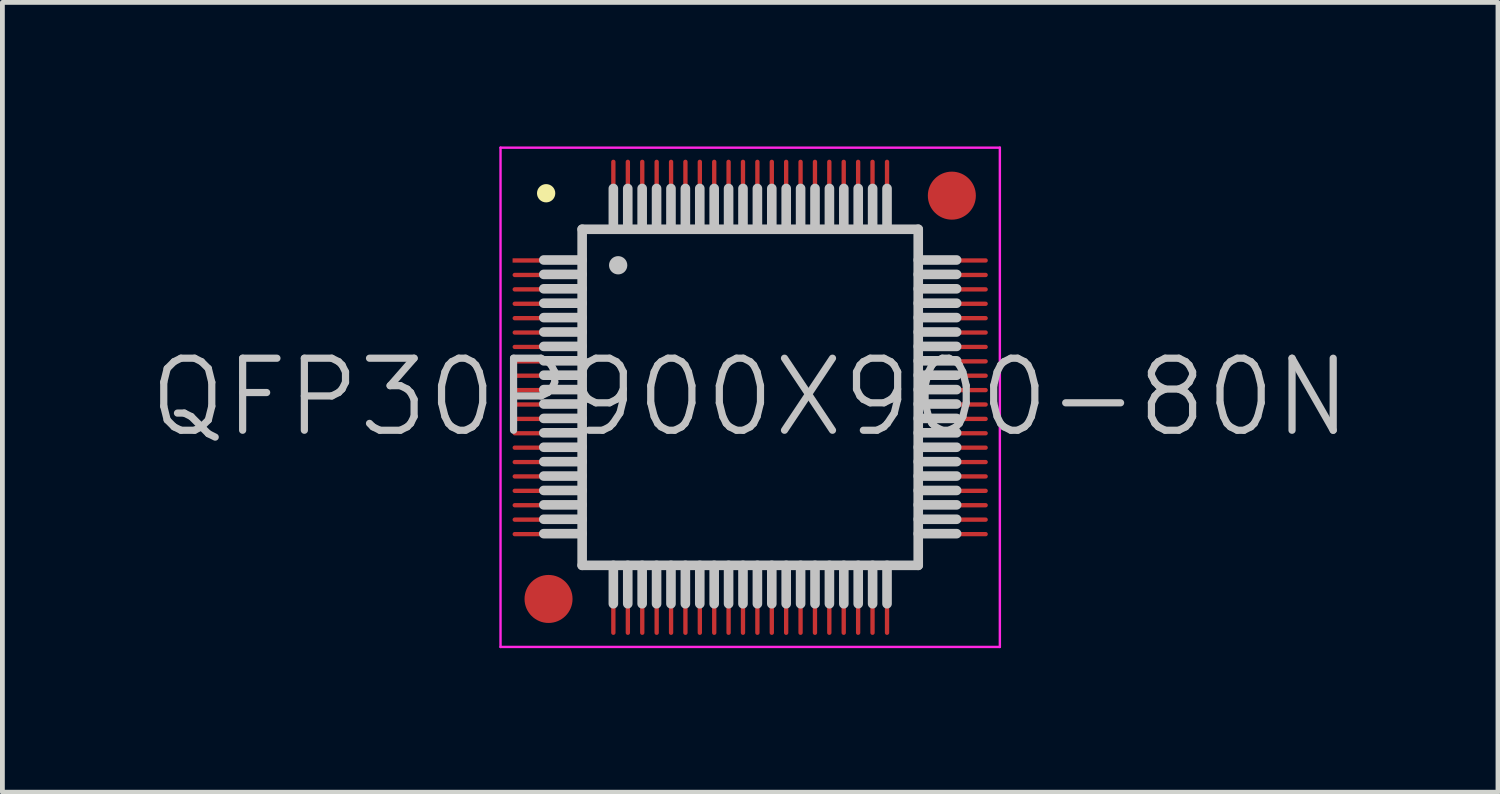
<source format=kicad_pcb>
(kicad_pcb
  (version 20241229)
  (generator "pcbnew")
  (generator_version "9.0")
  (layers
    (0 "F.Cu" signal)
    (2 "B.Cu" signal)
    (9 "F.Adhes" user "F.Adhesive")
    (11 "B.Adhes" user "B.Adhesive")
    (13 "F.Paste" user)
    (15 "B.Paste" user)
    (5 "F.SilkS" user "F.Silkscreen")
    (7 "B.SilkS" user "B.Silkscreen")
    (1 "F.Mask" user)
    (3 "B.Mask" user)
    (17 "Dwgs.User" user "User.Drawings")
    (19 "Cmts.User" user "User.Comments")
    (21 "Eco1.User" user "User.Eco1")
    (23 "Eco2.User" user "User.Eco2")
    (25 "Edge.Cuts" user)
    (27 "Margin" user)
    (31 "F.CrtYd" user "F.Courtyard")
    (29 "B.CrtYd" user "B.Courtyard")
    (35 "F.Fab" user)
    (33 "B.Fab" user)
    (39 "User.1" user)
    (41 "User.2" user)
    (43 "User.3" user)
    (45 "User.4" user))
  (footprint "QFP30P900X900-80N"
    (layer "F.Cu")
    (at 12.575 5.225)
    (property "Reference" "QFP30P900X900-80N" (at 0 0 0) (layer "Dwgs.User") (effects (font (size 1.5 1.5) (thickness 0.15))))
    (attr smd)
    (fp_line (start -4.25 -4.25) (end -4.25 -4.25) (stroke (width 0.381) (type solid)) (layer "F.SilkS"))
    (fp_line (start -3.5 -3.5) (end -3.5 3.5) (stroke (width 0.2) (type solid)) (layer "Dwgs.User"))
    (fp_line (start -3.5 -3.5) (end 3.5 -3.5) (stroke (width 0.2) (type solid)) (layer "Dwgs.User"))
    (fp_line (start -3.5 -2.86) (end -4.3 -2.86) (stroke (width 0.2) (type solid)) (layer "Dwgs.User"))
    (fp_line (start -3.5 -2.56) (end -4.3 -2.56) (stroke (width 0.2) (type solid)) (layer "Dwgs.User"))
    (fp_line (start -3.5 -2.26) (end -4.3 -2.26) (stroke (width 0.2) (type solid)) (layer "Dwgs.User"))
    (fp_line (start -3.5 -1.96) (end -4.3 -1.96) (stroke (width 0.2) (type solid)) (layer "Dwgs.User"))
    (fp_line (start -3.5 -1.66) (end -4.3 -1.66) (stroke (width 0.2) (type solid)) (layer "Dwgs.User"))
    (fp_line (start -3.5 -1.36) (end -4.3 -1.36) (stroke (width 0.2) (type solid)) (layer "Dwgs.User"))
    (fp_line (start -3.5 -1.06) (end -4.3 -1.06) (stroke (width 0.2) (type solid)) (layer "Dwgs.User"))
    (fp_line (start -3.5 -0.76) (end -4.3 -0.76) (stroke (width 0.2) (type solid)) (layer "Dwgs.User"))
    (fp_line (start -3.5 -0.46) (end -4.3 -0.46) (stroke (width 0.2) (type solid)) (layer "Dwgs.User"))
    (fp_line (start -3.5 -0.16) (end -4.3 -0.16) (stroke (width 0.2) (type solid)) (layer "Dwgs.User"))
    (fp_line (start -3.5 0.14) (end -4.3 0.14) (stroke (width 0.2) (type solid)) (layer "Dwgs.User"))
    (fp_line (start -3.5 0.44) (end -4.3 0.44) (stroke (width 0.2) (type solid)) (layer "Dwgs.User"))
    (fp_line (start -3.5 0.74) (end -4.3 0.74) (stroke (width 0.2) (type solid)) (layer "Dwgs.User"))
    (fp_line (start -3.5 1.04) (end -4.3 1.04) (stroke (width 0.2) (type solid)) (layer "Dwgs.User"))
    (fp_line (start -3.5 1.34) (end -4.3 1.34) (stroke (width 0.2) (type solid)) (layer "Dwgs.User"))
    (fp_line (start -3.5 1.64) (end -4.3 1.64) (stroke (width 0.2) (type solid)) (layer "Dwgs.User"))
    (fp_line (start -3.5 1.94) (end -4.3 1.94) (stroke (width 0.2) (type solid)) (layer "Dwgs.User"))
    (fp_line (start -3.5 2.24) (end -4.3 2.24) (stroke (width 0.2) (type solid)) (layer "Dwgs.User"))
    (fp_line (start -3.5 2.54) (end -4.3 2.54) (stroke (width 0.2) (type solid)) (layer "Dwgs.User"))
    (fp_line (start -3.5 2.84) (end -4.3 2.84) (stroke (width 0.2) (type solid)) (layer "Dwgs.User"))
    (fp_line (start -3.5 3.5) (end 3.5 3.5) (stroke (width 0.2) (type solid)) (layer "Dwgs.User"))
    (fp_line (start -2.85 -3.55) (end -2.85 -4.35) (stroke (width 0.2) (type solid)) (layer "Dwgs.User"))
    (fp_line (start -2.85 4.3) (end -2.85 3.5) (stroke (width 0.2) (type solid)) (layer "Dwgs.User"))
    (fp_line (start -2.75 -2.75) (end -2.75 -2.75) (stroke (width 0.381) (type solid)) (layer "Dwgs.User"))
    (fp_line (start -2.55 -3.55) (end -2.55 -4.35) (stroke (width 0.2) (type solid)) (layer "Dwgs.User"))
    (fp_line (start -2.55 4.3) (end -2.55 3.5) (stroke (width 0.2) (type solid)) (layer "Dwgs.User"))
    (fp_line (start -2.25 -3.55) (end -2.25 -4.35) (stroke (width 0.2) (type solid)) (layer "Dwgs.User"))
    (fp_line (start -2.25 4.3) (end -2.25 3.5) (stroke (width 0.2) (type solid)) (layer "Dwgs.User"))
    (fp_line (start -1.95 -3.55) (end -1.95 -4.35) (stroke (width 0.2) (type solid)) (layer "Dwgs.User"))
    (fp_line (start -1.95 4.3) (end -1.95 3.5) (stroke (width 0.2) (type solid)) (layer "Dwgs.User"))
    (fp_line (start -1.65 -3.55) (end -1.65 -4.35) (stroke (width 0.2) (type solid)) (layer "Dwgs.User"))
    (fp_line (start -1.65 4.3) (end -1.65 3.5) (stroke (width 0.2) (type solid)) (layer "Dwgs.User"))
    (fp_line (start -1.35 -3.55) (end -1.35 -4.35) (stroke (width 0.2) (type solid)) (layer "Dwgs.User"))
    (fp_line (start -1.35 4.3) (end -1.35 3.5) (stroke (width 0.2) (type solid)) (layer "Dwgs.User"))
    (fp_line (start -1.05 -3.55) (end -1.05 -4.35) (stroke (width 0.2) (type solid)) (layer "Dwgs.User"))
    (fp_line (start -1.05 4.3) (end -1.05 3.5) (stroke (width 0.2) (type solid)) (layer "Dwgs.User"))
    (fp_line (start -0.75 -3.55) (end -0.75 -4.35) (stroke (width 0.2) (type solid)) (layer "Dwgs.User"))
    (fp_line (start -0.75 4.3) (end -0.75 3.5) (stroke (width 0.2) (type solid)) (layer "Dwgs.User"))
    (fp_line (start -0.45 -3.55) (end -0.45 -4.35) (stroke (width 0.2) (type solid)) (layer "Dwgs.User"))
    (fp_line (start -0.45 4.3) (end -0.45 3.5) (stroke (width 0.2) (type solid)) (layer "Dwgs.User"))
    (fp_line (start -0.15 -3.55) (end -0.15 -4.35) (stroke (width 0.2) (type solid)) (layer "Dwgs.User"))
    (fp_line (start -0.15 4.3) (end -0.15 3.5) (stroke (width 0.2) (type solid)) (layer "Dwgs.User"))
    (fp_line (start 0.15 -3.55) (end 0.15 -4.35) (stroke (width 0.2) (type solid)) (layer "Dwgs.User"))
    (fp_line (start 0.15 4.3) (end 0.15 3.5) (stroke (width 0.2) (type solid)) (layer "Dwgs.User"))
    (fp_line (start 0.45 -3.55) (end 0.45 -4.35) (stroke (width 0.2) (type solid)) (layer "Dwgs.User"))
    (fp_line (start 0.45 4.3) (end 0.45 3.5) (stroke (width 0.2) (type solid)) (layer "Dwgs.User"))
    (fp_line (start 0.75 -3.55) (end 0.75 -4.35) (stroke (width 0.2) (type solid)) (layer "Dwgs.User"))
    (fp_line (start 0.75 4.3) (end 0.75 3.5) (stroke (width 0.2) (type solid)) (layer "Dwgs.User"))
    (fp_line (start 1.05 -3.55) (end 1.05 -4.35) (stroke (width 0.2) (type solid)) (layer "Dwgs.User"))
    (fp_line (start 1.05 4.3) (end 1.05 3.5) (stroke (width 0.2) (type solid)) (layer "Dwgs.User"))
    (fp_line (start 1.35 -3.55) (end 1.35 -4.35) (stroke (width 0.2) (type solid)) (layer "Dwgs.User"))
    (fp_line (start 1.35 4.3) (end 1.35 3.5) (stroke (width 0.2) (type solid)) (layer "Dwgs.User"))
    (fp_line (start 1.65 -3.55) (end 1.65 -4.35) (stroke (width 0.2) (type solid)) (layer "Dwgs.User"))
    (fp_line (start 1.65 4.3) (end 1.65 3.5) (stroke (width 0.2) (type solid)) (layer "Dwgs.User"))
    (fp_line (start 1.95 -3.55) (end 1.95 -4.35) (stroke (width 0.2) (type solid)) (layer "Dwgs.User"))
    (fp_line (start 1.95 4.3) (end 1.95 3.5) (stroke (width 0.2) (type solid)) (layer "Dwgs.User"))
    (fp_line (start 2.25 -3.55) (end 2.25 -4.35) (stroke (width 0.2) (type solid)) (layer "Dwgs.User"))
    (fp_line (start 2.25 4.3) (end 2.25 3.5) (stroke (width 0.2) (type solid)) (layer "Dwgs.User"))
    (fp_line (start 2.55 -3.55) (end 2.55 -4.35) (stroke (width 0.2) (type solid)) (layer "Dwgs.User"))
    (fp_line (start 2.55 4.3) (end 2.55 3.5) (stroke (width 0.2) (type solid)) (layer "Dwgs.User"))
    (fp_line (start 2.85 -3.55) (end 2.85 -4.35) (stroke (width 0.2) (type solid)) (layer "Dwgs.User"))
    (fp_line (start 2.85 4.3) (end 2.85 3.5) (stroke (width 0.2) (type solid)) (layer "Dwgs.User"))
    (fp_line (start 3.5 -3.5) (end 3.5 3.5) (stroke (width 0.2) (type solid)) (layer "Dwgs.User"))
    (fp_line (start 4.3 -2.86) (end 3.5 -2.86) (stroke (width 0.2) (type solid)) (layer "Dwgs.User"))
    (fp_line (start 4.3 -2.56) (end 3.5 -2.56) (stroke (width 0.2) (type solid)) (layer "Dwgs.User"))
    (fp_line (start 4.3 -2.26) (end 3.5 -2.26) (stroke (width 0.2) (type solid)) (layer "Dwgs.User"))
    (fp_line (start 4.3 -1.96) (end 3.5 -1.96) (stroke (width 0.2) (type solid)) (layer "Dwgs.User"))
    (fp_line (start 4.3 -1.66) (end 3.5 -1.66) (stroke (width 0.2) (type solid)) (layer "Dwgs.User"))
    (fp_line (start 4.3 -1.36) (end 3.5 -1.36) (stroke (width 0.2) (type solid)) (layer "Dwgs.User"))
    (fp_line (start 4.3 -1.06) (end 3.5 -1.06) (stroke (width 0.2) (type solid)) (layer "Dwgs.User"))
    (fp_line (start 4.3 -0.76) (end 3.5 -0.76) (stroke (width 0.2) (type solid)) (layer "Dwgs.User"))
    (fp_line (start 4.3 -0.46) (end 3.5 -0.46) (stroke (width 0.2) (type solid)) (layer "Dwgs.User"))
    (fp_line (start 4.3 -0.16) (end 3.5 -0.16) (stroke (width 0.2) (type solid)) (layer "Dwgs.User"))
    (fp_line (start 4.3 0.14) (end 3.5 0.14) (stroke (width 0.2) (type solid)) (layer "Dwgs.User"))
    (fp_line (start 4.3 0.44) (end 3.5 0.44) (stroke (width 0.2) (type solid)) (layer "Dwgs.User"))
    (fp_line (start 4.3 0.74) (end 3.5 0.74) (stroke (width 0.2) (type solid)) (layer "Dwgs.User"))
    (fp_line (start 4.3 1.04) (end 3.5 1.04) (stroke (width 0.2) (type solid)) (layer "Dwgs.User"))
    (fp_line (start 4.3 1.34) (end 3.5 1.34) (stroke (width 0.2) (type solid)) (layer "Dwgs.User"))
    (fp_line (start 4.3 1.64) (end 3.5 1.64) (stroke (width 0.2) (type solid)) (layer "Dwgs.User"))
    (fp_line (start 4.3 1.94) (end 3.5 1.94) (stroke (width 0.2) (type solid)) (layer "Dwgs.User"))
    (fp_line (start 4.3 2.24) (end 3.5 2.24) (stroke (width 0.2) (type solid)) (layer "Dwgs.User"))
    (fp_line (start 4.3 2.54) (end 3.5 2.54) (stroke (width 0.2) (type solid)) (layer "Dwgs.User"))
    (fp_line (start 4.3 2.84) (end 3.5 2.84) (stroke (width 0.2) (type solid)) (layer "Dwgs.User"))
    (fp_line (start -5.2 -5.2) (end -5.2 5.2) (stroke (width 0.05) (type solid)) (layer "F.CrtYd"))
    (fp_line (start -5.2 -5.2) (end 5.2 -5.2) (stroke (width 0.05) (type solid)) (layer "F.CrtYd"))
    (fp_line (start -5.2 5.2) (end 5.2 5.2) (stroke (width 0.05) (type solid)) (layer "F.CrtYd"))
    (fp_line (start 5.2 -5.2) (end 5.2 5.2) (stroke (width 0.05) (type solid)) (layer "F.CrtYd"))
    (pad "" smd circle (at -4.2 4.2) (size 1 1) (layers "F.Cu" "F.Mask"))
    (pad "" smd circle (at 4.2 -4.2) (size 1 1) (layers "F.Cu" "F.Mask"))
    (pad "1" smd rect (at -4.199 -2.85 90) (size 0.09 1.5) (layers "F.Cu" "F.Mask" "F.Paste"))
    (pad "2" smd oval (at -4.199 -2.548 90) (size 0.09 1.5) (layers "F.Cu" "F.Mask" "F.Paste"))
    (pad "3" smd oval (at -4.199 -2.248 90) (size 0.09 1.5) (layers "F.Cu" "F.Mask" "F.Paste"))
    (pad "4" smd oval (at -4.199 -1.948 90) (size 0.09 1.5) (layers "F.Cu" "F.Mask" "F.Paste"))
    (pad "5" smd oval (at -4.199 -1.648 90) (size 0.09 1.5) (layers "F.Cu" "F.Mask" "F.Paste"))
    (pad "6" smd oval (at -4.199 -1.349 90) (size 0.09 1.5) (layers "F.Cu" "F.Mask" "F.Paste"))
    (pad "7" smd oval (at -4.199 -1.049 90) (size 0.09 1.5) (layers "F.Cu" "F.Mask" "F.Paste"))
    (pad "8" smd oval (at -4.199 -0.749 90) (size 0.09 1.5) (layers "F.Cu" "F.Mask" "F.Paste"))
    (pad "9" smd oval (at -4.199 -0.45 90) (size 0.09 1.5) (layers "F.Cu" "F.Mask" "F.Paste"))
    (pad "10" smd oval (at -4.199 -0.15 90) (size 0.09 1.5) (layers "F.Cu" "F.Mask" "F.Paste"))
    (pad "11" smd oval (at -4.199 0.15 90) (size 0.09 1.5) (layers "F.Cu" "F.Mask" "F.Paste"))
    (pad "12" smd oval (at -4.199 0.45 90) (size 0.09 1.5) (layers "F.Cu" "F.Mask" "F.Paste"))
    (pad "13" smd oval (at -4.199 0.749 90) (size 0.09 1.5) (layers "F.Cu" "F.Mask" "F.Paste"))
    (pad "14" smd oval (at -4.199 1.049 90) (size 0.09 1.5) (layers "F.Cu" "F.Mask" "F.Paste"))
    (pad "15" smd oval (at -4.199 1.349 90) (size 0.09 1.5) (layers "F.Cu" "F.Mask" "F.Paste"))
    (pad "16" smd oval (at -4.199 1.648 90) (size 0.09 1.5) (layers "F.Cu" "F.Mask" "F.Paste"))
    (pad "17" smd oval (at -4.199 1.948 90) (size 0.09 1.5) (layers "F.Cu" "F.Mask" "F.Paste"))
    (pad "18" smd oval (at -4.199 2.248 90) (size 0.09 1.5) (layers "F.Cu" "F.Mask" "F.Paste"))
    (pad "19" smd oval (at -4.199 2.548 90) (size 0.09 1.5) (layers "F.Cu" "F.Mask" "F.Paste"))
    (pad "20" smd oval (at -4.199 2.85 90) (size 0.09 1.5) (layers "F.Cu" "F.Mask" "F.Paste"))
    (pad "21" smd oval (at -2.85 4.199 180) (size 0.09 1.5) (layers "F.Cu" "F.Mask" "F.Paste"))
    (pad "22" smd oval (at -2.548 4.199 180) (size 0.09 1.5) (layers "F.Cu" "F.Mask" "F.Paste"))
    (pad "23" smd oval (at -2.248 4.199 180) (size 0.09 1.5) (layers "F.Cu" "F.Mask" "F.Paste"))
    (pad "24" smd oval (at -1.948 4.199 180) (size 0.09 1.5) (layers "F.Cu" "F.Mask" "F.Paste"))
    (pad "25" smd oval (at -1.648 4.199 180) (size 0.09 1.5) (layers "F.Cu" "F.Mask" "F.Paste"))
    (pad "26" smd oval (at -1.349 4.199 180) (size 0.09 1.5) (layers "F.Cu" "F.Mask" "F.Paste"))
    (pad "27" smd oval (at -1.049 4.199 180) (size 0.09 1.5) (layers "F.Cu" "F.Mask" "F.Paste"))
    (pad "28" smd oval (at -0.749 4.199 180) (size 0.09 1.5) (layers "F.Cu" "F.Mask" "F.Paste"))
    (pad "29" smd oval (at -0.45 4.199 180) (size 0.09 1.5) (layers "F.Cu" "F.Mask" "F.Paste"))
    (pad "30" smd oval (at -0.15 4.199 180) (size 0.09 1.5) (layers "F.Cu" "F.Mask" "F.Paste"))
    (pad "31" smd oval (at 0.15 4.199 180) (size 0.09 1.5) (layers "F.Cu" "F.Mask" "F.Paste"))
    (pad "32" smd oval (at 0.45 4.199 180) (size 0.09 1.5) (layers "F.Cu" "F.Mask" "F.Paste"))
    (pad "33" smd oval (at 0.749 4.199 180) (size 0.09 1.5) (layers "F.Cu" "F.Mask" "F.Paste"))
    (pad "34" smd oval (at 1.049 4.199 180) (size 0.09 1.5) (layers "F.Cu" "F.Mask" "F.Paste"))
    (pad "35" smd oval (at 1.349 4.199 180) (size 0.09 1.5) (layers "F.Cu" "F.Mask" "F.Paste"))
    (pad "36" smd oval (at 1.648 4.199 180) (size 0.09 1.5) (layers "F.Cu" "F.Mask" "F.Paste"))
    (pad "37" smd oval (at 1.948 4.199 180) (size 0.09 1.5) (layers "F.Cu" "F.Mask" "F.Paste"))
    (pad "38" smd oval (at 2.248 4.199 180) (size 0.09 1.5) (layers "F.Cu" "F.Mask" "F.Paste"))
    (pad "39" smd oval (at 2.548 4.199 180) (size 0.09 1.5) (layers "F.Cu" "F.Mask" "F.Paste"))
    (pad "40" smd oval (at 2.85 4.199 180) (size 0.09 1.5) (layers "F.Cu" "F.Mask" "F.Paste"))
    (pad "41" smd oval (at 4.199 2.85 270) (size 0.09 1.5) (layers "F.Cu" "F.Mask" "F.Paste"))
    (pad "42" smd oval (at 4.199 2.548 270) (size 0.09 1.5) (layers "F.Cu" "F.Mask" "F.Paste"))
    (pad "43" smd oval (at 4.199 2.248 270) (size 0.09 1.5) (layers "F.Cu" "F.Mask" "F.Paste"))
    (pad "44" smd oval (at 4.199 1.948 270) (size 0.09 1.5) (layers "F.Cu" "F.Mask" "F.Paste"))
    (pad "45" smd oval (at 4.199 1.648 270) (size 0.09 1.5) (layers "F.Cu" "F.Mask" "F.Paste"))
    (pad "46" smd oval (at 4.199 1.349 270) (size 0.09 1.5) (layers "F.Cu" "F.Mask" "F.Paste"))
    (pad "47" smd oval (at 4.199 1.049 270) (size 0.09 1.5) (layers "F.Cu" "F.Mask" "F.Paste"))
    (pad "48" smd oval (at 4.199 0.749 270) (size 0.09 1.5) (layers "F.Cu" "F.Mask" "F.Paste"))
    (pad "49" smd oval (at 4.199 0.45 270) (size 0.09 1.5) (layers "F.Cu" "F.Mask" "F.Paste"))
    (pad "50" smd oval (at 4.199 0.15 270) (size 0.09 1.5) (layers "F.Cu" "F.Mask" "F.Paste"))
    (pad "51" smd oval (at 4.199 -0.15 270) (size 0.09 1.5) (layers "F.Cu" "F.Mask" "F.Paste"))
    (pad "52" smd oval (at 4.199 -0.45 270) (size 0.09 1.5) (layers "F.Cu" "F.Mask" "F.Paste"))
    (pad "53" smd oval (at 4.199 -0.749 270) (size 0.09 1.5) (layers "F.Cu" "F.Mask" "F.Paste"))
    (pad "54" smd oval (at 4.199 -1.049 270) (size 0.09 1.5) (layers "F.Cu" "F.Mask" "F.Paste"))
    (pad "55" smd oval (at 4.199 -1.349 270) (size 0.09 1.5) (layers "F.Cu" "F.Mask" "F.Paste"))
    (pad "56" smd oval (at 4.199 -1.648 270) (size 0.09 1.5) (layers "F.Cu" "F.Mask" "F.Paste"))
    (pad "57" smd oval (at 4.199 -1.948 270) (size 0.09 1.5) (layers "F.Cu" "F.Mask" "F.Paste"))
    (pad "58" smd oval (at 4.199 -2.248 270) (size 0.09 1.5) (layers "F.Cu" "F.Mask" "F.Paste"))
    (pad "59" smd oval (at 4.199 -2.548 270) (size 0.09 1.5) (layers "F.Cu" "F.Mask" "F.Paste"))
    (pad "60" smd oval (at 4.199 -2.85 270) (size 0.09 1.5) (layers "F.Cu" "F.Mask" "F.Paste"))
    (pad "61" smd oval (at 2.85 -4.199) (size 0.09 1.5) (layers "F.Cu" "F.Mask" "F.Paste"))
    (pad "62" smd oval (at 2.548 -4.199) (size 0.09 1.5) (layers "F.Cu" "F.Mask" "F.Paste"))
    (pad "63" smd oval (at 2.248 -4.199) (size 0.09 1.5) (layers "F.Cu" "F.Mask" "F.Paste"))
    (pad "64" smd oval (at 1.948 -4.199) (size 0.09 1.5) (layers "F.Cu" "F.Mask" "F.Paste"))
    (pad "65" smd oval (at 1.648 -4.199) (size 0.09 1.5) (layers "F.Cu" "F.Mask" "F.Paste"))
    (pad "66" smd oval (at 1.349 -4.199) (size 0.09 1.5) (layers "F.Cu" "F.Mask" "F.Paste"))
    (pad "67" smd oval (at 1.049 -4.199) (size 0.09 1.5) (layers "F.Cu" "F.Mask" "F.Paste"))
    (pad "68" smd oval (at 0.749 -4.199) (size 0.09 1.5) (layers "F.Cu" "F.Mask" "F.Paste"))
    (pad "69" smd oval (at 0.45 -4.199) (size 0.09 1.5) (layers "F.Cu" "F.Mask" "F.Paste"))
    (pad "70" smd oval (at 0.15 -4.199) (size 0.09 1.5) (layers "F.Cu" "F.Mask" "F.Paste"))
    (pad "71" smd oval (at -0.15 -4.199) (size 0.09 1.5) (layers "F.Cu" "F.Mask" "F.Paste"))
    (pad "72" smd oval (at -0.45 -4.199) (size 0.09 1.5) (layers "F.Cu" "F.Mask" "F.Paste"))
    (pad "73" smd oval (at -0.749 -4.199) (size 0.09 1.5) (layers "F.Cu" "F.Mask" "F.Paste"))
    (pad "74" smd oval (at -1.049 -4.199) (size 0.09 1.5) (layers "F.Cu" "F.Mask" "F.Paste"))
    (pad "75" smd oval (at -1.349 -4.199) (size 0.09 1.5) (layers "F.Cu" "F.Mask" "F.Paste"))
    (pad "76" smd oval (at -1.648 -4.199) (size 0.09 1.5) (layers "F.Cu" "F.Mask" "F.Paste"))
    (pad "77" smd oval (at -1.948 -4.199) (size 0.09 1.5) (layers "F.Cu" "F.Mask" "F.Paste"))
    (pad "78" smd oval (at -2.248 -4.199) (size 0.09 1.5) (layers "F.Cu" "F.Mask" "F.Paste"))
    (pad "79" smd oval (at -2.548 -4.199) (size 0.09 1.5) (layers "F.Cu" "F.Mask" "F.Paste"))
    (pad "80" smd oval (at -2.85 -4.199) (size 0.09 1.5) (layers "F.Cu" "F.Mask" "F.Paste")))
  (gr_rect
    (start -3 -3)
    (end 28.15 13.45)
    (stroke (width 0.1) (type default))
    (fill no)
    (layer "Edge.Cuts")))
</source>
